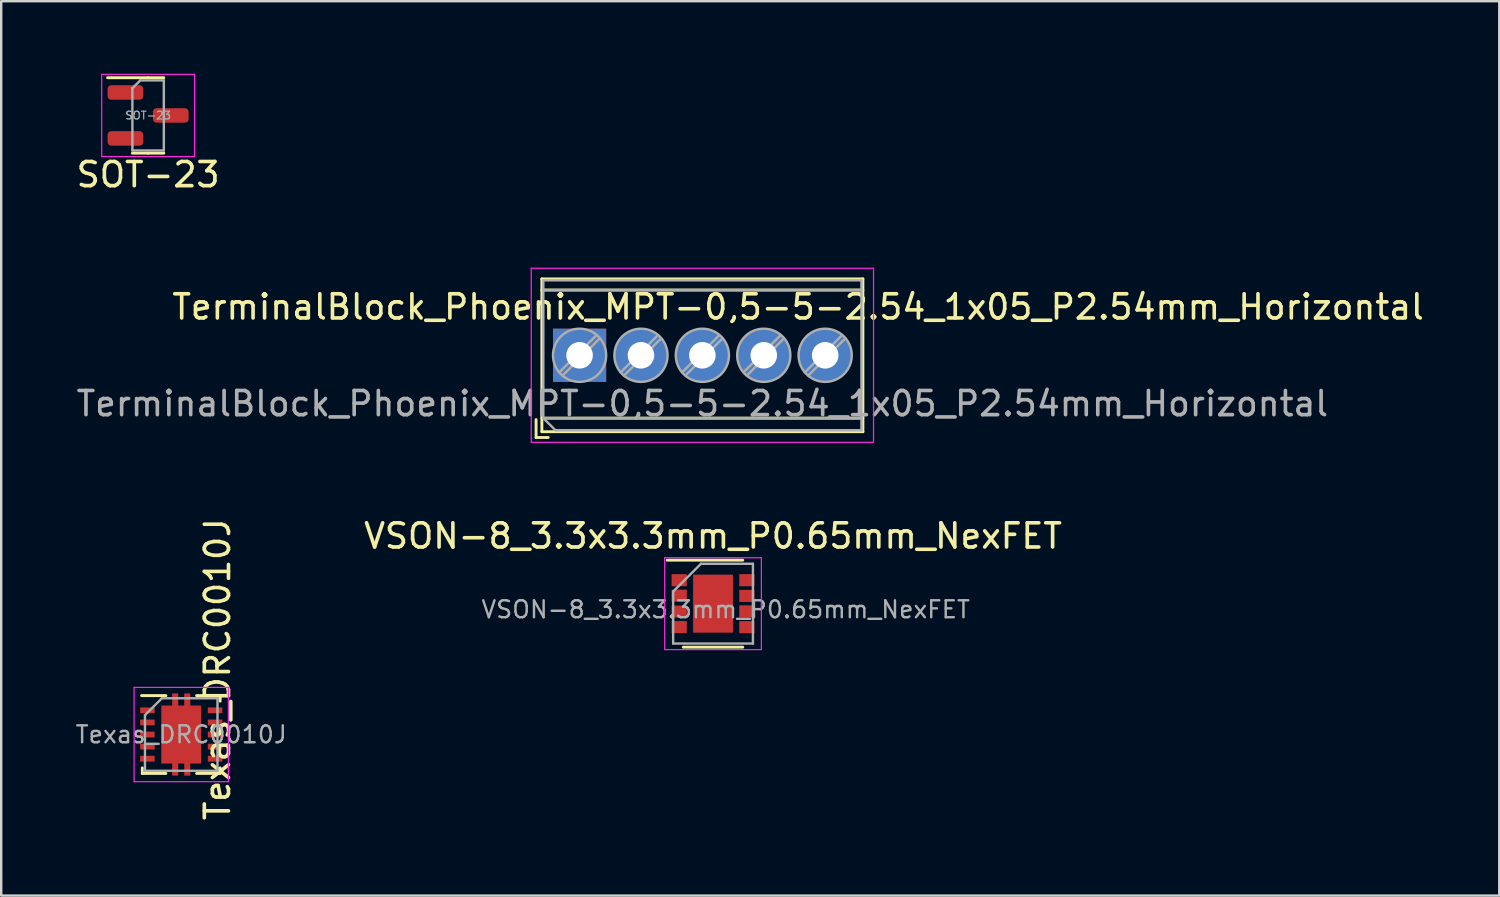
<source format=kicad_pcb>
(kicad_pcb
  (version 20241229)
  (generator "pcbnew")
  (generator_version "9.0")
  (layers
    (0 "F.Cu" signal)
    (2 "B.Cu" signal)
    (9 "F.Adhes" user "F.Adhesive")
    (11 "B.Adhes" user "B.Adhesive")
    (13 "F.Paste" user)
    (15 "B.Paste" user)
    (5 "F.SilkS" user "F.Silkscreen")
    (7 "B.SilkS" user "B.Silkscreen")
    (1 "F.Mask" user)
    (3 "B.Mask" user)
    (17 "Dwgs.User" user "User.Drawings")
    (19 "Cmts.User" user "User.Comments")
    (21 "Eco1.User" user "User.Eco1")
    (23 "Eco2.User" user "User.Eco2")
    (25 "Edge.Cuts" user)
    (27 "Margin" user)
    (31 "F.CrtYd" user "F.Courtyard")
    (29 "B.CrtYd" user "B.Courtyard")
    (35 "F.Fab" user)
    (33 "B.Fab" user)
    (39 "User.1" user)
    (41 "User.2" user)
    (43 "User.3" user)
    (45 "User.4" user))
  (footprint "Texas_DRC0010J"
    (layer "F.Cu")
    (at 4.447 27.336)
    (property "Reference" "Texas_DRC0010J" (at 1.5 -2.7 270) (layer "F.SilkS") (effects (font (size 1 1) (thickness 0.15))))
    (attr smd)
    (fp_line (start -1.64 -1.61) (end -0.635 -1.61) (stroke (width 0.12) (type solid)) (layer "F.SilkS"))
    (fp_line (start -1.61 1.38) (end -1.61 1.61) (stroke (width 0.12) (type solid)) (layer "F.SilkS"))
    (fp_line (start -1.61 1.61) (end -0.635 1.61) (stroke (width 0.12) (type solid)) (layer "F.SilkS"))
    (fp_line (start 0.635 -1.61) (end 1.61 -1.61) (stroke (width 0.12) (type solid)) (layer "F.SilkS"))
    (fp_line (start 0.635 1.61) (end 1.61 1.61) (stroke (width 0.12) (type solid)) (layer "F.SilkS"))
    (fp_line (start 1.61 -1.61) (end 1.61 -1.38) (stroke (width 0.12) (type solid)) (layer "F.SilkS"))
    (fp_line (start 1.61 1.38) (end 1.61 1.61) (stroke (width 0.12) (type solid)) (layer "F.SilkS"))
    (fp_line (start -1.95 -1.95) (end -1.95 1.95) (stroke (width 0.05) (type solid)) (layer "F.CrtYd"))
    (fp_line (start -1.95 -1.95) (end 1.95 -1.95) (stroke (width 0.05) (type solid)) (layer "F.CrtYd"))
    (fp_line (start -1.95 1.95) (end 1.95 1.95) (stroke (width 0.05) (type solid)) (layer "F.CrtYd"))
    (fp_line (start 1.95 -1.95) (end 1.95 1.95) (stroke (width 0.05) (type solid)) (layer "F.CrtYd"))
    (fp_line (start -1.5 -0.8) (end -1.5 1.5) (stroke (width 0.1) (type solid)) (layer "F.Fab"))
    (fp_line (start -1.5 -0.8) (end -0.8 -1.5) (stroke (width 0.1) (type solid)) (layer "F.Fab"))
    (fp_line (start -1.5 1.5) (end 1.5 1.5) (stroke (width 0.1) (type solid)) (layer "F.Fab"))
    (fp_line (start -0.8 -1.5) (end 1.5 -1.5) (stroke (width 0.1) (type solid)) (layer "F.Fab"))
    (fp_line (start 1.5 -1.5) (end 1.5 1.5) (stroke (width 0.1) (type solid)) (layer "F.Fab"))
    (fp_text user "${REFERENCE}" (at 0 0 180) (layer "F.Fab") (effects (font (size 0.7 0.7) (thickness 0.1))))
    (pad "" smd roundrect (at -0.25 -1.53) (size 0.25 0.34) (layers "F.Paste") (roundrect_rratio 0.1))
    (pad "" smd roundrect (at -0.25 1.53) (size 0.25 0.34) (layers "F.Paste") (roundrect_rratio 0.1))
    (pad "" smd roundrect (at 0 -0.63) (size 1.5 1.06) (layers "F.Paste") (roundrect_rratio 0.1))
    (pad "" smd roundrect (at 0 0.63) (size 1.5 1.06) (layers "F.Paste") (roundrect_rratio 0.1))
    (pad "" smd roundrect (at 0.25 -1.53) (size 0.25 0.34) (layers "F.Paste") (roundrect_rratio 0.1))
    (pad "" smd roundrect (at 0.25 1.53) (size 0.25 0.34) (layers "F.Paste") (roundrect_rratio 0.1))
    (pad "1" smd rect (at -1.4 -1) (size 0.6 0.24) (layers "F.Cu" "F.Mask" "F.Paste"))
    (pad "2" smd rect (at -1.4 -0.5) (size 0.6 0.24) (layers "F.Cu" "F.Mask" "F.Paste"))
    (pad "3" smd rect (at -1.4 0) (size 0.6 0.24) (layers "F.Cu" "F.Mask" "F.Paste"))
    (pad "4" smd rect (at -1.4 0.5) (size 0.6 0.24) (layers "F.Cu" "F.Mask" "F.Paste"))
    (pad "5" smd rect (at -1.4 1) (size 0.6 0.24) (layers "F.Cu" "F.Mask" "F.Paste"))
    (pad "6" smd rect (at 1.4 1) (size 0.6 0.24) (layers "F.Cu" "F.Mask" "F.Paste"))
    (pad "7" smd rect (at 1.4 0.5) (size 0.6 0.24) (layers "F.Cu" "F.Mask" "F.Paste"))
    (pad "8" smd rect (at 1.4 0) (size 0.6 0.24) (layers "F.Cu" "F.Mask" "F.Paste"))
    (pad "9" smd rect (at 1.4 -0.5) (size 0.6 0.24) (layers "F.Cu" "F.Mask" "F.Paste"))
    (pad "10" smd rect (at 1.4 -1) (size 0.6 0.24) (layers "F.Cu" "F.Mask" "F.Paste"))
    (pad "11" smd custom (at 0 0) (size 1.65 2.4) (layers "F.Cu" "F.Mask") (options (anchor rect)) (primitives (gr_poly (pts (xy -0.125 -1.1) (xy 0.125 -1.1) (xy 0.125 -1.7) (xy 0.375 -1.7) (xy 0.375 1.7) (xy 0.125 1.7) (xy 0.125 1.1) (xy -0.125 1.1) (xy -0.125 1.7) (xy -0.375 1.7) (xy -0.375 -1.7) (xy -0.125 -1.7)) (width 0) (fill yes)))))
  (footprint "SOT-23"
    (layer "F.Cu")
    (at 3.077 1.725)
    (property "Reference" "SOT-23" (at 0 2.45 0) (layer "F.SilkS") (effects (font (size 1 1) (thickness 0.15))))
    (attr smd)
    (fp_line (start 0 -1.56) (end -1.675 -1.56) (stroke (width 0.12) (type solid)) (layer "F.SilkS"))
    (fp_line (start 0 -1.56) (end 0.65 -1.56) (stroke (width 0.12) (type solid)) (layer "F.SilkS"))
    (fp_line (start 0 1.56) (end -0.65 1.56) (stroke (width 0.12) (type solid)) (layer "F.SilkS"))
    (fp_line (start 0 1.56) (end 0.65 1.56) (stroke (width 0.12) (type solid)) (layer "F.SilkS"))
    (fp_line (start -1.92 -1.7) (end -1.92 1.7) (stroke (width 0.05) (type solid)) (layer "F.CrtYd"))
    (fp_line (start -1.92 1.7) (end 1.92 1.7) (stroke (width 0.05) (type solid)) (layer "F.CrtYd"))
    (fp_line (start 1.92 -1.7) (end -1.92 -1.7) (stroke (width 0.05) (type solid)) (layer "F.CrtYd"))
    (fp_line (start 1.92 1.7) (end 1.92 -1.7) (stroke (width 0.05) (type solid)) (layer "F.CrtYd"))
    (fp_line (start -0.65 -1.125) (end -0.325 -1.45) (stroke (width 0.1) (type solid)) (layer "F.Fab"))
    (fp_line (start -0.65 1.45) (end -0.65 -1.125) (stroke (width 0.1) (type solid)) (layer "F.Fab"))
    (fp_line (start -0.325 -1.45) (end 0.65 -1.45) (stroke (width 0.1) (type solid)) (layer "F.Fab"))
    (fp_line (start 0.65 -1.45) (end 0.65 1.45) (stroke (width 0.1) (type solid)) (layer "F.Fab"))
    (fp_line (start 0.65 1.45) (end -0.65 1.45) (stroke (width 0.1) (type solid)) (layer "F.Fab"))
    (fp_text user "${REFERENCE}" (at 0 0 0) (layer "F.Fab") (effects (font (size 0.32 0.32) (thickness 0.05))))
    (pad "1" smd roundrect (at -0.938 -0.95) (size 1.475 0.6) (layers "F.Cu" "F.Mask" "F.Paste") (roundrect_rratio 0.25))
    (pad "2" smd roundrect (at -0.938 0.95) (size 1.475 0.6) (layers "F.Cu" "F.Mask" "F.Paste") (roundrect_rratio 0.25))
    (pad "3" smd roundrect (at 0.938 0) (size 1.475 0.6) (layers "F.Cu" "F.Mask" "F.Paste") (roundrect_rratio 0.25)))
  (footprint "VSON-8_3.3x3.3mm_P0.65mm_NexFET"
    (layer "F.Cu")
    (at 26.447 21.922)
    (property "Reference" "VSON-8_3.3x3.3mm_P0.65mm_NexFET" (at 0 -2.8 0) (layer "F.SilkS") (effects (font (size 1 1) (thickness 0.15))))
    (attr smd)
    (fp_line (start -1.9 -1.8) (end 1.23 -1.8) (stroke (width 0.12) (type solid)) (layer "F.SilkS"))
    (fp_line (start -1.23 1.8) (end 1.23 1.8) (stroke (width 0.12) (type solid)) (layer "F.SilkS"))
    (fp_line (start -2 -1.9) (end -2 1.9) (stroke (width 0.05) (type solid)) (layer "F.CrtYd"))
    (fp_line (start -2 -1.9) (end 2 -1.9) (stroke (width 0.05) (type solid)) (layer "F.CrtYd"))
    (fp_line (start -2 1.9) (end 2 1.9) (stroke (width 0.05) (type solid)) (layer "F.CrtYd"))
    (fp_line (start 2 -1.9) (end 2 1.9) (stroke (width 0.05) (type solid)) (layer "F.CrtYd"))
    (fp_line (start -1.65 -0.5) (end -0.5 -1.65) (stroke (width 0.1) (type solid)) (layer "F.Fab"))
    (fp_line (start -1.65 1.65) (end -1.65 -0.5) (stroke (width 0.1) (type solid)) (layer "F.Fab"))
    (fp_line (start -0.5 -1.65) (end 1.65 -1.65) (stroke (width 0.1) (type solid)) (layer "F.Fab"))
    (fp_line (start 1.65 -1.65) (end 1.65 1.65) (stroke (width 0.1) (type solid)) (layer "F.Fab"))
    (fp_line (start 1.65 1.65) (end -1.65 1.65) (stroke (width 0.1) (type solid)) (layer "F.Fab"))
    (fp_text user "${REFERENCE}" (at 0.526 0.242 0) (layer "F.Fab") (effects (font (size 0.7 0.7) (thickness 0.1))))
    (pad "" smd rect (at 1.4 -0.97) (size 0.63 0.505) (layers "F.Paste"))
    (pad "" smd rect (at 1.4 -0.32) (size 0.63 0.5) (layers "F.Paste"))
    (pad "" smd rect (at 1.4 0.32) (size 0.63 0.5) (layers "F.Paste"))
    (pad "" smd rect (at 1.4 0.975) (size 0.63 0.505) (layers "F.Paste"))
    (pad "1" smd rect (at -1.4 -0.97) (size 0.63 0.5) (layers "F.Cu" "F.Mask" "F.Paste"))
    (pad "2" smd rect (at -1.4 -0.33) (size 0.63 0.5) (layers "F.Cu" "F.Mask" "F.Paste"))
    (pad "3" smd rect (at -1.4 0.33) (size 0.63 0.5) (layers "F.Cu" "F.Mask" "F.Paste"))
    (pad "4" smd rect (at -1.4 0.97) (size 0.63 0.5) (layers "F.Cu" "F.Mask" "F.Paste"))
    (pad "5" smd rect (at 0 0) (size 1.65 2.4) (layers "F.Cu" "F.Mask" "F.Paste"))
    (pad "5" smd rect (at 1.4 0.975) (size 0.63 0.5) (layers "F.Cu" "F.Mask" "F.Paste"))
    (pad "6" smd rect (at 1.4 0.32) (size 0.63 0.5) (layers "F.Cu" "F.Mask" "F.Paste"))
    (pad "7" smd rect (at 1.4 -0.32) (size 0.63 0.5) (layers "F.Cu" "F.Mask" "F.Paste"))
    (pad "8" smd rect (at 1.4 -0.97) (size 0.63 0.5) (layers "F.Cu" "F.Mask" "F.Paste")))
  (footprint "TerminalBlock_Phoenix_MPT-0,5-5-2.54_1x05_P2.54mm_Horizontal"
    (layer "F.Cu")
    (at 20.926 11.648)
    (property "Reference" "TerminalBlock_Phoenix_MPT-0,5-5-2.54_1x05_P2.54mm_Horizontal" (at 9.04 -2 0) (layer "F.SilkS") (effects (font (size 1 1) (thickness 0.15))))
    (attr through_hole exclude_from_bom)
    (fp_line (start -1.8 2.66) (end -1.8 3.4) (stroke (width 0.12) (type solid)) (layer "F.SilkS"))
    (fp_line (start -1.8 3.4) (end -1.3 3.4) (stroke (width 0.12) (type solid)) (layer "F.SilkS"))
    (fp_line (start -1.56 -3.16) (end -1.56 3.16) (stroke (width 0.12) (type solid)) (layer "F.SilkS"))
    (fp_line (start -1.56 -3.16) (end 11.72 -3.16) (stroke (width 0.12) (type solid)) (layer "F.SilkS"))
    (fp_line (start -1.56 -2.7) (end 11.72 -2.7) (stroke (width 0.12) (type solid)) (layer "F.SilkS"))
    (fp_line (start -1.56 2.6) (end 11.72 2.6) (stroke (width 0.12) (type solid)) (layer "F.SilkS"))
    (fp_line (start -1.56 3.16) (end 11.72 3.16) (stroke (width 0.12) (type solid)) (layer "F.SilkS"))
    (fp_line (start 11.72 -3.16) (end 11.72 3.16) (stroke (width 0.12) (type solid)) (layer "F.SilkS"))
    (fp_line (start -2 -3.6) (end -2 3.6) (stroke (width 0.05) (type solid)) (layer "F.CrtYd"))
    (fp_line (start -2 3.6) (end 12.16 3.6) (stroke (width 0.05) (type solid)) (layer "F.CrtYd"))
    (fp_line (start 12.16 -3.6) (end -2 -3.6) (stroke (width 0.05) (type solid)) (layer "F.CrtYd"))
    (fp_line (start 12.16 3.6) (end 12.16 -3.6) (stroke (width 0.05) (type solid)) (layer "F.CrtYd"))
    (fp_line (start -1.5 -3.1) (end 11.66 -3.1) (stroke (width 0.1) (type solid)) (layer "F.Fab"))
    (fp_line (start -1.5 -2.7) (end 11.66 -2.7) (stroke (width 0.1) (type solid)) (layer "F.Fab"))
    (fp_line (start -1.5 2.6) (end -1.5 -3.1) (stroke (width 0.1) (type solid)) (layer "F.Fab"))
    (fp_line (start -1.5 2.6) (end 11.66 2.6) (stroke (width 0.1) (type solid)) (layer "F.Fab"))
    (fp_line (start -1 3.1) (end -1.5 2.6) (stroke (width 0.1) (type solid)) (layer "F.Fab"))
    (fp_line (start 0.701 -0.835) (end -0.835 0.7) (stroke (width 0.1) (type solid)) (layer "F.Fab"))
    (fp_line (start 0.835 -0.7) (end -0.701 0.835) (stroke (width 0.1) (type solid)) (layer "F.Fab"))
    (fp_line (start 3.241 -0.835) (end 1.706 0.7) (stroke (width 0.1) (type solid)) (layer "F.Fab"))
    (fp_line (start 3.375 -0.7) (end 1.84 0.835) (stroke (width 0.1) (type solid)) (layer "F.Fab"))
    (fp_line (start 5.781 -0.835) (end 4.246 0.7) (stroke (width 0.1) (type solid)) (layer "F.Fab"))
    (fp_line (start 5.915 -0.7) (end 4.38 0.835) (stroke (width 0.1) (type solid)) (layer "F.Fab"))
    (fp_line (start 8.321 -0.835) (end 6.786 0.7) (stroke (width 0.1) (type solid)) (layer "F.Fab"))
    (fp_line (start 8.455 -0.7) (end 6.92 0.835) (stroke (width 0.1) (type solid)) (layer "F.Fab"))
    (fp_line (start 10.861 -0.835) (end 9.326 0.7) (stroke (width 0.1) (type solid)) (layer "F.Fab"))
    (fp_line (start 10.995 -0.7) (end 9.46 0.835) (stroke (width 0.1) (type solid)) (layer "F.Fab"))
    (fp_line (start 11.66 -3.1) (end 11.66 3.1) (stroke (width 0.1) (type solid)) (layer "F.Fab"))
    (fp_line (start 11.66 3.1) (end -1 3.1) (stroke (width 0.1) (type solid)) (layer "F.Fab"))
    (fp_circle (center 0 0) (end 1.1 0) (stroke (width 0.1) (type solid)) (fill no) (layer "F.Fab"))
    (fp_circle (center 2.54 0) (end 3.64 0) (stroke (width 0.1) (type solid)) (fill no) (layer "F.Fab"))
    (fp_circle (center 5.08 0) (end 6.18 0) (stroke (width 0.1) (type solid)) (fill no) (layer "F.Fab"))
    (fp_circle (center 7.62 0) (end 8.72 0) (stroke (width 0.1) (type solid)) (fill no) (layer "F.Fab"))
    (fp_circle (center 10.16 0) (end 11.26 0) (stroke (width 0.1) (type solid)) (fill no) (layer "F.Fab"))
    (fp_text user "${REFERENCE}" (at 5.08 2 0) (layer "F.Fab") (effects (font (size 1 1) (thickness 0.15))))
    (pad "1" thru_hole rect (at 0 0 180) (size 2.2 2.2) (drill 1.1) (layers "*.Cu" "*.Mask"))
    (pad "2" thru_hole circle (at 2.54 0 180) (size 2.2 2.2) (drill 1.1) (layers "*.Cu" "*.Mask"))
    (pad "3" thru_hole circle (at 5.08 0 180) (size 2.2 2.2) (drill 1.1) (layers "*.Cu" "*.Mask"))
    (pad "4" thru_hole circle (at 7.62 0 180) (size 2.2 2.2) (drill 1.1) (layers "*.Cu" "*.Mask"))
    (pad "5" thru_hole circle (at 10.16 0 180) (size 2.2 2.2) (drill 1.1) (layers "*.Cu" "*.Mask")))
  (gr_rect
    (start -3 -3)
    (end 58.972 33.999)
    (stroke (width 0.1) (type default))
    (fill no)
    (layer "Edge.Cuts")))
</source>
